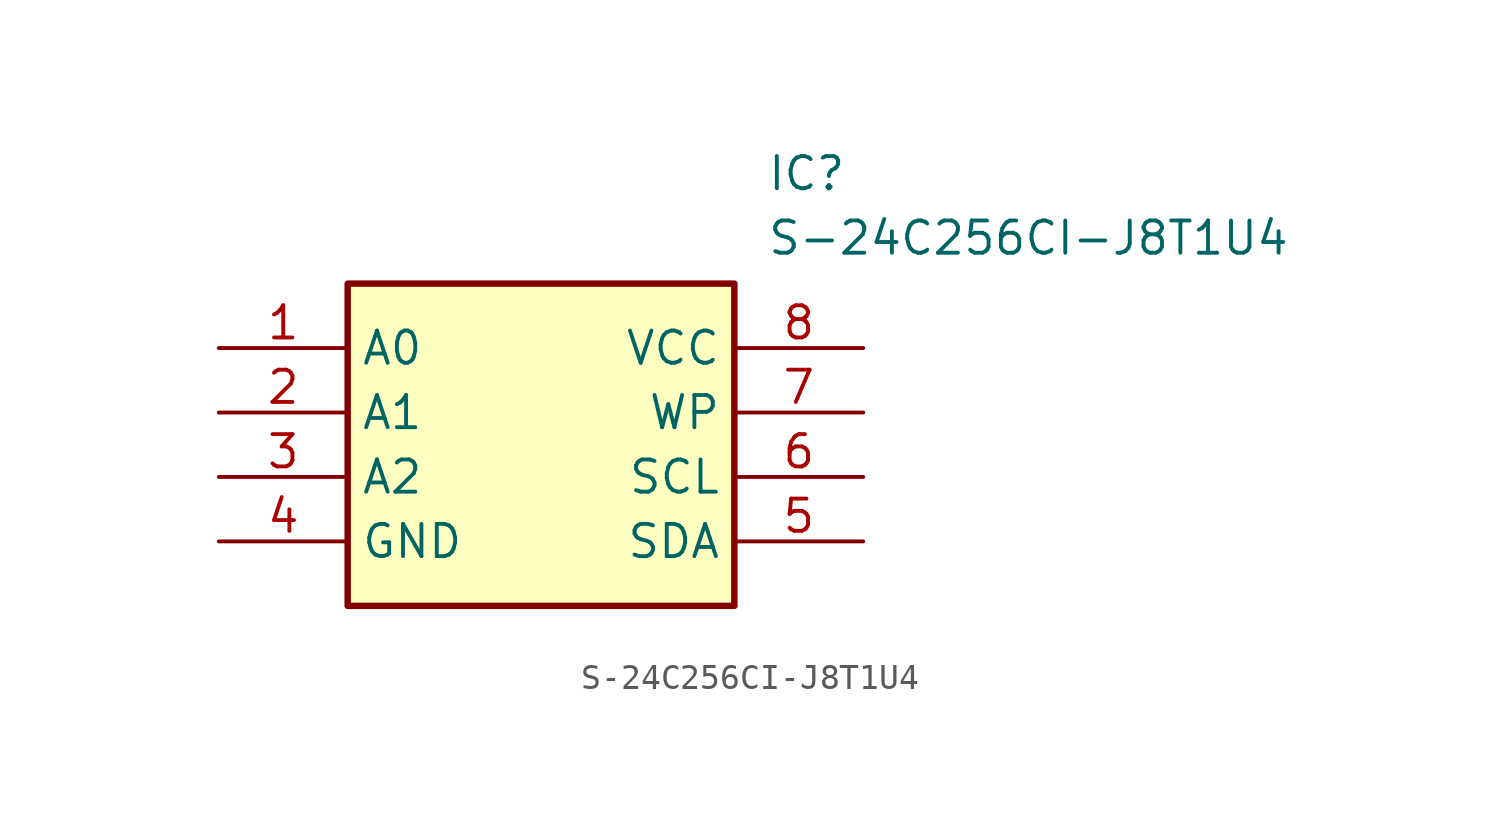
<source format=kicad_sym>
(kicad_symbol_lib
  (version 20211014)
  (generator SamacSys_ECAD_Model)
  (symbol "S-24C256CI-J8T1U4"
    (property "Reference" "IC"
      (at 21.59 7.62 0)
      (effects (font (size 1.27 1.27)) (justify left top)))
    (property "Value" "S-24C256CI-J8T1U4"
      (at 21.59 5.08 0)
      (effects (font (size 1.27 1.27)) (justify left top)))
    (rectangle
      (start 5.08 2.54)
      (end 20.32 -10.16)
      (stroke (width 0.254) (type default))
      (fill (type background)))
    (pin passive line
      (at 0 0 0)
      (length 5.08)
      (name "A0" (effects (font (size 1.27 1.27))))
      (number "1" (effects (font (size 1.27 1.27)))))
    (pin passive line
      (at 0 -2.54 0)
      (length 5.08)
      (name "A1" (effects (font (size 1.27 1.27))))
      (number "2" (effects (font (size 1.27 1.27)))))
    (pin passive line
      (at 0 -5.08 0)
      (length 5.08)
      (name "A2" (effects (font (size 1.27 1.27))))
      (number "3" (effects (font (size 1.27 1.27)))))
    (pin passive line
      (at 0 -7.62 0)
      (length 5.08)
      (name "GND" (effects (font (size 1.27 1.27))))
      (number "4" (effects (font (size 1.27 1.27)))))
    (pin passive line
      (at 25.4 0 180)
      (length 5.08)
      (name "VCC" (effects (font (size 1.27 1.27))))
      (number "8" (effects (font (size 1.27 1.27)))))
    (pin passive line
      (at 25.4 -2.54 180)
      (length 5.08)
      (name "WP" (effects (font (size 1.27 1.27))))
      (number "7" (effects (font (size 1.27 1.27)))))
    (pin passive line
      (at 25.4 -5.08 180)
      (length 5.08)
      (name "SCL" (effects (font (size 1.27 1.27))))
      (number "6" (effects (font (size 1.27 1.27)))))
    (pin passive line
      (at 25.4 -7.62 180)
      (length 5.08)
      (name "SDA" (effects (font (size 1.27 1.27))))
      (number "5" (effects (font (size 1.27 1.27)))))))
</source>
